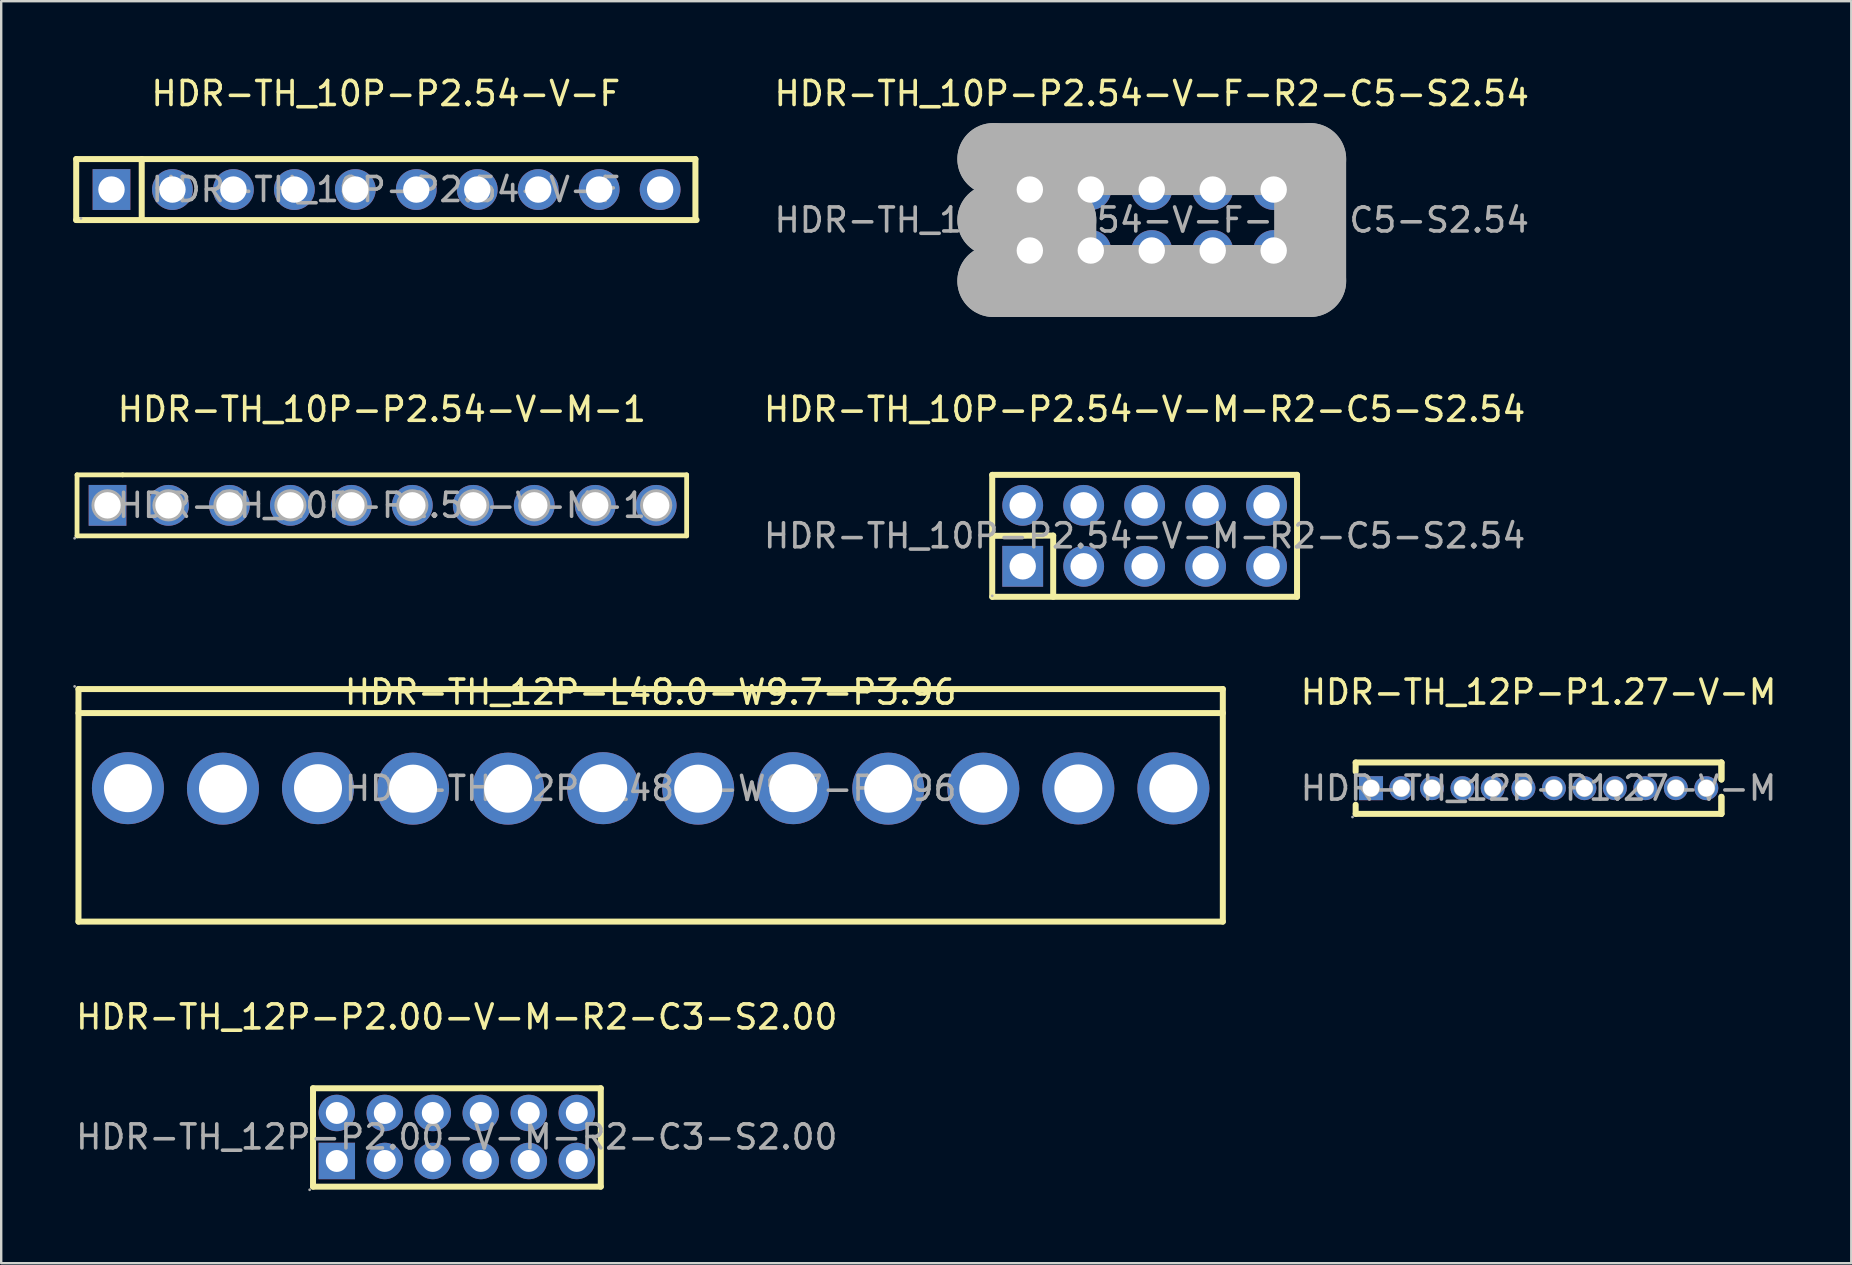
<source format=kicad_pcb>
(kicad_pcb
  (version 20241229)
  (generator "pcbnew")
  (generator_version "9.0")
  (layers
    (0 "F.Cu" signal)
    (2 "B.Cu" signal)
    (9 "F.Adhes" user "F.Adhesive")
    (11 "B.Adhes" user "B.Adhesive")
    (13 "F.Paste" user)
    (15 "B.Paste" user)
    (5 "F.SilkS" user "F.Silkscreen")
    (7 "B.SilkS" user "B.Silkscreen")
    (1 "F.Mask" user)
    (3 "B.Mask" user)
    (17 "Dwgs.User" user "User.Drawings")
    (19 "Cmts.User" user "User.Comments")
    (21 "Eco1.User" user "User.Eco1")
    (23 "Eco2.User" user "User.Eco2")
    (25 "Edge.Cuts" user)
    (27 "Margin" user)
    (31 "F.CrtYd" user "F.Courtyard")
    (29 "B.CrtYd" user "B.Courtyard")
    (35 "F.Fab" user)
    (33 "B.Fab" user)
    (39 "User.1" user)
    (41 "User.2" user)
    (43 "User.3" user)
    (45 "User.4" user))
  (footprint "HDR-TH_10P-P2.54-V-F-R2-C5-S2.54"
    (layer "F.Cu")
    (at 44.939 6.118)
    (property "Reference" "HDR-TH_10P-P2.54-V-F-R2-C5-S2.54" (at 0 -5.27 0) (layer "F.SilkS") (effects (font (size 1 1) (thickness 0.15))))
    (attr through_hole)
    (fp_line (start -6.6 -2.54) (end -6.6 -2.54) (stroke (width 3) (type solid)) (layer "F.Fab"))
    (fp_line (start -6.6 -2.54) (end 6.6 -2.54) (stroke (width 3) (type solid)) (layer "F.Fab"))
    (fp_line (start -6.6 0) (end -6.6 0) (stroke (width 3) (type solid)) (layer "F.Fab"))
    (fp_line (start -6.6 0) (end -3.81 0) (stroke (width 3) (type solid)) (layer "F.Fab"))
    (fp_line (start -3.81 0) (end -3.81 2.54) (stroke (width 3) (type solid)) (layer "F.Fab"))
    (fp_line (start -3.81 2.54) (end -6.6 2.54) (stroke (width 3) (type solid)) (layer "F.Fab"))
    (fp_line (start 6.6 -2.54) (end 6.6 2.54) (stroke (width 3) (type solid)) (layer "F.Fab"))
    (fp_line (start 6.6 2.54) (end -6.6 2.54) (stroke (width 3) (type solid)) (layer "F.Fab"))
    (fp_circle (center -6.55 2.5) (end -6.52 2.5) (stroke (width 0.06) (type solid)) (fill no) (layer "F.Fab"))
    (fp_text user "${REFERENCE}" (at 0 0 0) (layer "F.Fab") (effects (font (size 1 1) (thickness 0.15))))
    (pad "1" thru_hole rect (at -5.08 1.27) (size 1.57 1.7) (drill 1.1) (layers "*.Cu" "*.Paste" "*.Mask"))
    (pad "2" thru_hole circle (at -5.08 -1.27) (size 1.7 1.7) (drill 1.1) (layers "*.Cu" "*.Paste" "*.Mask"))
    (pad "3" thru_hole circle (at -2.54 1.27) (size 1.7 1.7) (drill 1.1) (layers "*.Cu" "*.Paste" "*.Mask"))
    (pad "4" thru_hole circle (at -2.54 -1.27) (size 1.7 1.7) (drill 1.1) (layers "*.Cu" "*.Paste" "*.Mask"))
    (pad "5" thru_hole circle (at 0 1.27) (size 1.7 1.7) (drill 1.1) (layers "*.Cu" "*.Paste" "*.Mask"))
    (pad "6" thru_hole circle (at 0 -1.27) (size 1.7 1.7) (drill 1.1) (layers "*.Cu" "*.Paste" "*.Mask"))
    (pad "7" thru_hole circle (at 2.54 1.27) (size 1.7 1.7) (drill 1.1) (layers "*.Cu" "*.Paste" "*.Mask"))
    (pad "8" thru_hole circle (at 2.54 -1.27) (size 1.7 1.7) (drill 1.1) (layers "*.Cu" "*.Paste" "*.Mask"))
    (pad "9" thru_hole circle (at 5.08 1.27) (size 1.7 1.7) (drill 1.1) (layers "*.Cu" "*.Paste" "*.Mask"))
    (pad "10" thru_hole circle (at 5.08 -1.27) (size 1.7 1.7) (drill 1.1) (layers "*.Cu" "*.Paste" "*.Mask")))
  (footprint "HDR-TH_10P-P2.54-V-F"
    (layer "F.Cu")
    (at 13.025 4.848)
    (property "Reference" "HDR-TH_10P-P2.54-V-F" (at 0 -4 0) (layer "F.SilkS") (effects (font (size 1 1) (thickness 0.15))))
    (attr through_hole)
    (fp_line (start -12.9 -1.27) (end -12.9 1.27) (stroke (width 0.25) (type solid)) (layer "F.SilkS"))
    (fp_line (start -12.9 1.27) (end 12.95 1.27) (stroke (width 0.25) (type solid)) (layer "F.SilkS"))
    (fp_line (start -10.17 -1.27) (end -10.17 1.27) (stroke (width 0.25) (type solid)) (layer "F.SilkS"))
    (fp_line (start 12.9 -1.27) (end -12.9 -1.27) (stroke (width 0.25) (type solid)) (layer "F.SilkS"))
    (fp_line (start 12.9 -1.27) (end 12.9 1.27) (stroke (width 0.25) (type solid)) (layer "F.SilkS"))
    (fp_circle (center -12.7 1.2) (end -12.67 1.2) (stroke (width 0.06) (type solid)) (fill no) (layer "F.Fab"))
    (fp_text user "${REFERENCE}" (at 0 0 0) (layer "F.Fab") (effects (font (size 1 1) (thickness 0.15))))
    (pad "1" thru_hole rect (at -11.43 0) (size 1.57 1.7) (drill 1.1) (layers "*.Cu" "*.Paste" "*.Mask"))
    (pad "2" thru_hole circle (at -8.89 0) (size 1.7 1.7) (drill 1.1) (layers "*.Cu" "*.Paste" "*.Mask"))
    (pad "3" thru_hole circle (at -6.35 0) (size 1.7 1.7) (drill 1.1) (layers "*.Cu" "*.Paste" "*.Mask"))
    (pad "4" thru_hole circle (at -3.81 0) (size 1.7 1.7) (drill 1.1) (layers "*.Cu" "*.Paste" "*.Mask"))
    (pad "5" thru_hole circle (at -1.27 0) (size 1.7 1.7) (drill 1.1) (layers "*.Cu" "*.Paste" "*.Mask"))
    (pad "6" thru_hole circle (at 1.27 0) (size 1.7 1.7) (drill 1.1) (layers "*.Cu" "*.Paste" "*.Mask"))
    (pad "7" thru_hole circle (at 3.81 0) (size 1.7 1.7) (drill 1.1) (layers "*.Cu" "*.Paste" "*.Mask"))
    (pad "8" thru_hole circle (at 6.35 0) (size 1.7 1.7) (drill 1.1) (layers "*.Cu" "*.Paste" "*.Mask"))
    (pad "9" thru_hole circle (at 8.89 0) (size 1.7 1.7) (drill 1.1) (layers "*.Cu" "*.Paste" "*.Mask"))
    (pad "10" thru_hole circle (at 11.43 0) (size 1.7 1.7) (drill 1.1) (layers "*.Cu" "*.Paste" "*.Mask")))
  (footprint "HDR-TH_12P-P2.00-V-M-R2-C3-S2.00"
    (layer "F.Cu")
    (at 15.982 44.323)
    (property "Reference" "HDR-TH_12P-P2.00-V-M-R2-C3-S2.00" (at 0 -5 0) (layer "F.SilkS") (effects (font (size 1 1) (thickness 0.15))))
    (attr through_hole)
    (fp_line (start -5.99 -2.03) (end -5.99 2.07) (stroke (width 0.25) (type solid)) (layer "F.SilkS"))
    (fp_line (start -5.99 -2.03) (end 6 -2.03) (stroke (width 0.25) (type solid)) (layer "F.SilkS"))
    (fp_line (start -5.99 2.07) (end 6 2.07) (stroke (width 0.25) (type solid)) (layer "F.SilkS"))
    (fp_line (start 6 -2.03) (end 6 2.07) (stroke (width 0.25) (type solid)) (layer "F.SilkS"))
    (fp_circle (center -6.13 2.2) (end -6.1 2.2) (stroke (width 0.06) (type solid)) (fill no) (layer "F.Fab"))
    (fp_circle (center -5 -1) (end -4.82 -1) (stroke (width 0.36) (type solid)) (fill no) (layer "F.Fab"))
    (fp_circle (center -5 1) (end -4.82 1) (stroke (width 0.36) (type solid)) (fill no) (layer "F.Fab"))
    (fp_circle (center -3 -1) (end -2.82 -1) (stroke (width 0.36) (type solid)) (fill no) (layer "F.Fab"))
    (fp_circle (center -3 1) (end -2.82 1) (stroke (width 0.36) (type solid)) (fill no) (layer "F.Fab"))
    (fp_circle (center -1 -1) (end -0.82 -1) (stroke (width 0.36) (type solid)) (fill no) (layer "F.Fab"))
    (fp_circle (center -1 1) (end -0.82 1) (stroke (width 0.36) (type solid)) (fill no) (layer "F.Fab"))
    (fp_circle (center 1 -1) (end 1.18 -1) (stroke (width 0.36) (type solid)) (fill no) (layer "F.Fab"))
    (fp_circle (center 1 1) (end 1.18 1) (stroke (width 0.36) (type solid)) (fill no) (layer "F.Fab"))
    (fp_circle (center 3 -1) (end 3.18 -1) (stroke (width 0.36) (type solid)) (fill no) (layer "F.Fab"))
    (fp_circle (center 3 1) (end 3.18 1) (stroke (width 0.36) (type solid)) (fill no) (layer "F.Fab"))
    (fp_circle (center 5 -1) (end 5.18 -1) (stroke (width 0.36) (type solid)) (fill no) (layer "F.Fab"))
    (fp_circle (center 5 1) (end 5.18 1) (stroke (width 0.36) (type solid)) (fill no) (layer "F.Fab"))
    (fp_text user "${REFERENCE}" (at 0 0 0) (layer "F.Fab") (effects (font (size 1 1) (thickness 0.15))))
    (pad "1" thru_hole rect (at -5 1) (size 1.52 1.52) (drill 0.914) (layers "*.Cu" "*.Paste" "*.Mask"))
    (pad "2" thru_hole circle (at -5 -1) (size 1.52 1.52) (drill 0.914) (layers "*.Cu" "*.Paste" "*.Mask"))
    (pad "3" thru_hole circle (at -3 1) (size 1.52 1.52) (drill 0.914) (layers "*.Cu" "*.Paste" "*.Mask"))
    (pad "4" thru_hole circle (at -3 -1) (size 1.52 1.52) (drill 0.914) (layers "*.Cu" "*.Paste" "*.Mask"))
    (pad "5" thru_hole circle (at -1 1) (size 1.52 1.52) (drill 0.914) (layers "*.Cu" "*.Paste" "*.Mask"))
    (pad "6" thru_hole circle (at -1 -1) (size 1.52 1.52) (drill 0.914) (layers "*.Cu" "*.Paste" "*.Mask"))
    (pad "7" thru_hole circle (at 1 1) (size 1.52 1.52) (drill 0.914) (layers "*.Cu" "*.Paste" "*.Mask"))
    (pad "8" thru_hole circle (at 1 -1) (size 1.52 1.52) (drill 0.914) (layers "*.Cu" "*.Paste" "*.Mask"))
    (pad "9" thru_hole circle (at 3 1) (size 1.52 1.52) (drill 0.914) (layers "*.Cu" "*.Paste" "*.Mask"))
    (pad "10" thru_hole circle (at 3 -1) (size 1.52 1.52) (drill 0.914) (layers "*.Cu" "*.Paste" "*.Mask"))
    (pad "11" thru_hole circle (at 5 1) (size 1.52 1.52) (drill 0.914) (layers "*.Cu" "*.Paste" "*.Mask"))
    (pad "12" thru_hole circle (at 5 -1) (size 1.52 1.52) (drill 0.914) (layers "*.Cu" "*.Paste" "*.Mask")))
  (footprint "HDR-TH_10P-P2.54-V-M-R2-C5-S2.54"
    (layer "F.Cu")
    (at 44.642 19.276)
    (property "Reference" "HDR-TH_10P-P2.54-V-M-R2-C5-S2.54" (at 0 -5.27 0) (layer "F.SilkS") (effects (font (size 1 1) (thickness 0.15))))
    (attr through_hole)
    (fp_line (start -6.35 -2.54) (end -6.35 2.54) (stroke (width 0.25) (type solid)) (layer "F.SilkS"))
    (fp_line (start -6.35 -2.54) (end 6.35 -2.54) (stroke (width 0.25) (type solid)) (layer "F.SilkS"))
    (fp_line (start -6.35 0) (end -3.81 -0.01) (stroke (width 0.25) (type solid)) (layer "F.SilkS"))
    (fp_line (start -6.35 2.54) (end 6.35 2.54) (stroke (width 0.25) (type solid)) (layer "F.SilkS"))
    (fp_line (start -3.81 -0.01) (end -3.81 2.54) (stroke (width 0.25) (type solid)) (layer "F.SilkS"))
    (fp_line (start 6.35 -2.54) (end 6.35 2.54) (stroke (width 0.25) (type solid)) (layer "F.SilkS"))
    (fp_circle (center -6.35 2.5) (end -6.32 2.5) (stroke (width 0.06) (type solid)) (fill no) (layer "F.Fab"))
    (fp_text user "${REFERENCE}" (at 0 0 0) (layer "F.Fab") (effects (font (size 1 1) (thickness 0.15))))
    (pad "1" thru_hole rect (at -5.08 1.27) (size 1.7 1.7) (drill 1.1) (layers "*.Cu" "*.Paste" "*.Mask"))
    (pad "2" thru_hole circle (at -5.08 -1.27) (size 1.7 1.7) (drill 1.1) (layers "*.Cu" "*.Paste" "*.Mask"))
    (pad "3" thru_hole circle (at -2.54 1.27) (size 1.7 1.7) (drill 1.1) (layers "*.Cu" "*.Paste" "*.Mask"))
    (pad "4" thru_hole circle (at -2.54 -1.27) (size 1.7 1.7) (drill 1.1) (layers "*.Cu" "*.Paste" "*.Mask"))
    (pad "5" thru_hole circle (at 0 1.27) (size 1.7 1.7) (drill 1.1) (layers "*.Cu" "*.Paste" "*.Mask"))
    (pad "6" thru_hole circle (at 0 -1.27) (size 1.7 1.7) (drill 1.1) (layers "*.Cu" "*.Paste" "*.Mask"))
    (pad "7" thru_hole circle (at 2.54 1.27) (size 1.7 1.7) (drill 1.1) (layers "*.Cu" "*.Paste" "*.Mask"))
    (pad "8" thru_hole circle (at 2.54 -1.27) (size 1.7 1.7) (drill 1.1) (layers "*.Cu" "*.Paste" "*.Mask"))
    (pad "9" thru_hole circle (at 5.08 1.27) (size 1.7 1.7) (drill 1.1) (layers "*.Cu" "*.Paste" "*.Mask"))
    (pad "10" thru_hole circle (at 5.08 -1.27) (size 1.7 1.7) (drill 1.1) (layers "*.Cu" "*.Paste" "*.Mask")))
  (footprint "HDR-TH_12P-P1.27-V-M"
    (layer "F.Cu")
    (at 61.055 29.79)
    (property "Reference" "HDR-TH_12P-P1.27-V-M" (at 0 -4 0) (layer "F.SilkS") (effects (font (size 1 1) (thickness 0.15))))
    (attr through_hole)
    (fp_line (start -7.62 -1.07) (end 7.62 -1.07) (stroke (width 0.25) (type solid)) (layer "F.SilkS"))
    (fp_line (start -7.62 -0.69) (end -7.62 -1.07) (stroke (width 0.25) (type solid)) (layer "F.SilkS"))
    (fp_line (start -7.62 1.07) (end -7.62 0.69) (stroke (width 0.25) (type solid)) (layer "F.SilkS"))
    (fp_line (start -7.62 1.07) (end 7.62 1.07) (stroke (width 0.25) (type solid)) (layer "F.SilkS"))
    (fp_line (start 7.62 -1.07) (end 7.62 -0.36) (stroke (width 0.25) (type solid)) (layer "F.SilkS"))
    (fp_line (start 7.62 -1.07) (end 7.62 -0.36) (stroke (width 0.25) (type solid)) (layer "F.SilkS"))
    (fp_line (start 7.62 0.36) (end 7.62 1.07) (stroke (width 0.25) (type solid)) (layer "F.SilkS"))
    (fp_line (start 7.62 0.36) (end 7.62 1.07) (stroke (width 0.25) (type solid)) (layer "F.SilkS"))
    (fp_circle (center -7.75 1.2) (end -7.72 1.2) (stroke (width 0.06) (type solid)) (fill no) (layer "F.Fab"))
    (fp_circle (center -6.98 0) (end -6.86 0) (stroke (width 0.25) (type solid)) (fill no) (layer "F.Fab"))
    (fp_circle (center -5.72 0) (end -5.6 0) (stroke (width 0.25) (type solid)) (fill no) (layer "F.Fab"))
    (fp_circle (center -4.44 0) (end -4.32 0) (stroke (width 0.25) (type solid)) (fill no) (layer "F.Fab"))
    (fp_circle (center -3.17 0) (end -3.05 0) (stroke (width 0.25) (type solid)) (fill no) (layer "F.Fab"))
    (fp_circle (center -1.91 0) (end -1.79 0) (stroke (width 0.25) (type solid)) (fill no) (layer "F.Fab"))
    (fp_circle (center -0.63 0) (end -0.51 0) (stroke (width 0.25) (type solid)) (fill no) (layer "F.Fab"))
    (fp_circle (center 0.64 0) (end 0.76 0) (stroke (width 0.25) (type solid)) (fill no) (layer "F.Fab"))
    (fp_circle (center 1.91 0) (end 2.03 0) (stroke (width 0.25) (type solid)) (fill no) (layer "F.Fab"))
    (fp_circle (center 3.18 0) (end 3.3 0) (stroke (width 0.25) (type solid)) (fill no) (layer "F.Fab"))
    (fp_circle (center 4.45 0) (end 4.57 0) (stroke (width 0.25) (type solid)) (fill no) (layer "F.Fab"))
    (fp_circle (center 5.72 0) (end 5.84 0) (stroke (width 0.25) (type solid)) (fill no) (layer "F.Fab"))
    (fp_circle (center 6.99 0) (end 7.11 0) (stroke (width 0.25) (type solid)) (fill no) (layer "F.Fab"))
    (fp_text user "${REFERENCE}" (at 0 0 0) (layer "F.Fab") (effects (font (size 1 1) (thickness 0.15))))
    (pad "1" thru_hole rect (at -6.98 0) (size 1 1) (drill 0.7) (layers "*.Cu" "*.Paste" "*.Mask"))
    (pad "2" thru_hole circle (at -5.72 0) (size 1 1) (drill 0.7) (layers "*.Cu" "*.Paste" "*.Mask"))
    (pad "3" thru_hole circle (at -4.44 0) (size 1 1) (drill 0.7) (layers "*.Cu" "*.Paste" "*.Mask"))
    (pad "4" thru_hole circle (at -3.17 0) (size 1 1) (drill 0.7) (layers "*.Cu" "*.Paste" "*.Mask"))
    (pad "5" thru_hole circle (at -1.91 0) (size 1 1) (drill 0.7) (layers "*.Cu" "*.Paste" "*.Mask"))
    (pad "6" thru_hole circle (at -0.63 0) (size 1 1) (drill 0.7) (layers "*.Cu" "*.Paste" "*.Mask"))
    (pad "7" thru_hole circle (at 0.64 0) (size 1 1) (drill 0.7) (layers "*.Cu" "*.Paste" "*.Mask"))
    (pad "8" thru_hole circle (at 1.91 0) (size 1 1) (drill 0.7) (layers "*.Cu" "*.Paste" "*.Mask"))
    (pad "9" thru_hole circle (at 3.18 0) (size 1 1) (drill 0.7) (layers "*.Cu" "*.Paste" "*.Mask"))
    (pad "10" thru_hole circle (at 4.45 0) (size 1 1) (drill 0.7) (layers "*.Cu" "*.Paste" "*.Mask"))
    (pad "11" thru_hole circle (at 5.72 0) (size 1 1) (drill 0.7) (layers "*.Cu" "*.Paste" "*.Mask"))
    (pad "12" thru_hole circle (at 6.99 0) (size 1 1) (drill 0.7) (layers "*.Cu" "*.Paste" "*.Mask")))
  (footprint "HDR-TH_12P-L48.0-W9.7-P3.96"
    (layer "F.Cu")
    (at 24.06 29.8)
    (property "Reference" "HDR-TH_12P-L48.0-W9.7-P3.96" (at 0 -4.01 0) (layer "F.SilkS") (effects (font (size 1 1) (thickness 0.15))))
    (attr through_hole)
    (fp_line (start -23.84 -4.14) (end -23.84 5.55) (stroke (width 0.25) (type solid)) (layer "F.SilkS"))
    (fp_line (start -23.84 -4.14) (end 23.84 -4.14) (stroke (width 0.25) (type solid)) (layer "F.SilkS"))
    (fp_line (start -23.84 -3.14) (end 23.84 -3.14) (stroke (width 0.25) (type solid)) (layer "F.SilkS"))
    (fp_line (start -23.84 5.55) (end 23.84 5.55) (stroke (width 0.25) (type solid)) (layer "F.SilkS"))
    (fp_line (start 23.84 -4.14) (end 23.84 5.55) (stroke (width 0.25) (type solid)) (layer "F.SilkS"))
    (fp_circle (center -24 -4.25) (end -23.97 -4.25) (stroke (width 0.06) (type solid)) (fill no) (layer "F.Fab"))
    (fp_text user "${REFERENCE}" (at 0 0 0) (layer "F.Fab") (effects (font (size 1 1) (thickness 0.15))))
    (pad "1" thru_hole circle (at -21.78 -0.01) (size 3 3) (drill 2) (layers "*.Cu" "*.Paste" "*.Mask"))
    (pad "2" thru_hole circle (at -17.82 0.01) (size 3 3) (drill 2) (layers "*.Cu" "*.Paste" "*.Mask"))
    (pad "3" thru_hole circle (at -13.86 -0.01) (size 3 3) (drill 2) (layers "*.Cu" "*.Paste" "*.Mask"))
    (pad "4" thru_hole circle (at -9.9 0.01) (size 3 3) (drill 2) (layers "*.Cu" "*.Paste" "*.Mask"))
    (pad "5" thru_hole circle (at -5.94 0.01) (size 3 3) (drill 2) (layers "*.Cu" "*.Paste" "*.Mask"))
    (pad "6" thru_hole circle (at -1.98 -0.01) (size 3 3) (drill 2) (layers "*.Cu" "*.Paste" "*.Mask"))
    (pad "7" thru_hole circle (at 1.98 0.01) (size 3 3) (drill 2) (layers "*.Cu" "*.Paste" "*.Mask"))
    (pad "8" thru_hole circle (at 5.94 -0.01) (size 3 3) (drill 2) (layers "*.Cu" "*.Paste" "*.Mask"))
    (pad "9" thru_hole circle (at 9.9 0.01) (size 3 3) (drill 2) (layers "*.Cu" "*.Paste" "*.Mask"))
    (pad "10" thru_hole circle (at 13.86 0.01) (size 3 3) (drill 2) (layers "*.Cu" "*.Paste" "*.Mask"))
    (pad "11" thru_hole circle (at 17.82 0) (size 3 3) (drill 2) (layers "*.Cu" "*.Paste" "*.Mask"))
    (pad "12" thru_hole circle (at 21.78 0) (size 3 3) (drill 2) (layers "*.Cu" "*.Paste" "*.Mask")))
  (footprint "HDR-TH_10P-P2.54-V-M-1"
    (layer "F.Cu")
    (at 12.86 18.006)
    (property "Reference" "HDR-TH_10P-P2.54-V-M-1" (at 0 -4 0) (layer "F.SilkS") (effects (font (size 1 1) (thickness 0.15))))
    (attr through_hole)
    (fp_line (start -12.7 -1.27) (end -12.7 1.27) (stroke (width 0.2) (type solid)) (layer "F.SilkS"))
    (fp_line (start -12.7 1.27) (end 12.7 1.27) (stroke (width 0.2) (type solid)) (layer "F.SilkS"))
    (fp_line (start -10.8 -1.27) (end -12.7 -1.27) (stroke (width 0.2) (type solid)) (layer "F.SilkS"))
    (fp_line (start 12.7 -1.27) (end -10.8 -1.27) (stroke (width 0.2) (type solid)) (layer "F.SilkS"))
    (fp_line (start 12.7 1.27) (end 12.7 -1.27) (stroke (width 0.2) (type solid)) (layer "F.SilkS"))
    (fp_circle (center -12.8 1.37) (end -12.77 1.37) (stroke (width 0.06) (type solid)) (fill no) (layer "F.Fab"))
    (fp_circle (center -11.43 0) (end -11.21 0) (stroke (width 0.45) (type solid)) (fill no) (layer "F.Fab"))
    (fp_circle (center -8.89 0) (end -8.67 0) (stroke (width 0.45) (type solid)) (fill no) (layer "F.Fab"))
    (fp_circle (center -6.35 0) (end -6.13 0) (stroke (width 0.45) (type solid)) (fill no) (layer "F.Fab"))
    (fp_circle (center -3.81 0) (end -3.59 0) (stroke (width 0.45) (type solid)) (fill no) (layer "F.Fab"))
    (fp_circle (center -1.27 0) (end -1.05 0) (stroke (width 0.45) (type solid)) (fill no) (layer "F.Fab"))
    (fp_circle (center 1.27 0) (end 1.49 0) (stroke (width 0.45) (type solid)) (fill no) (layer "F.Fab"))
    (fp_circle (center 3.81 0) (end 4.03 0) (stroke (width 0.45) (type solid)) (fill no) (layer "F.Fab"))
    (fp_circle (center 6.35 0) (end 6.57 0) (stroke (width 0.45) (type solid)) (fill no) (layer "F.Fab"))
    (fp_circle (center 8.89 0) (end 9.11 0) (stroke (width 0.45) (type solid)) (fill no) (layer "F.Fab"))
    (fp_circle (center 11.43 0) (end 11.65 0) (stroke (width 0.45) (type solid)) (fill no) (layer "F.Fab"))
    (fp_text user "${REFERENCE}" (at 0 0 0) (layer "F.Fab") (effects (font (size 1 1) (thickness 0.15))))
    (pad "1" thru_hole rect (at -11.43 0) (size 1.57 1.7) (drill 1.1) (layers "*.Cu" "*.Paste" "*.Mask"))
    (pad "2" thru_hole circle (at -8.89 0) (size 1.7 1.7) (drill 1.1) (layers "*.Cu" "*.Paste" "*.Mask"))
    (pad "3" thru_hole circle (at -6.35 0) (size 1.7 1.7) (drill 1.1) (layers "*.Cu" "*.Paste" "*.Mask"))
    (pad "4" thru_hole circle (at -3.81 0) (size 1.7 1.7) (drill 1.1) (layers "*.Cu" "*.Paste" "*.Mask"))
    (pad "5" thru_hole circle (at -1.27 0) (size 1.7 1.7) (drill 1.1) (layers "*.Cu" "*.Paste" "*.Mask"))
    (pad "6" thru_hole circle (at 1.27 0) (size 1.7 1.7) (drill 1.1) (layers "*.Cu" "*.Paste" "*.Mask"))
    (pad "7" thru_hole circle (at 3.81 0) (size 1.7 1.7) (drill 1.1) (layers "*.Cu" "*.Paste" "*.Mask"))
    (pad "8" thru_hole circle (at 6.35 0) (size 1.7 1.7) (drill 1.1) (layers "*.Cu" "*.Paste" "*.Mask"))
    (pad "9" thru_hole circle (at 8.89 0) (size 1.7 1.7) (drill 1.1) (layers "*.Cu" "*.Paste" "*.Mask"))
    (pad "10" thru_hole circle (at 11.43 0) (size 1.7 1.7) (drill 1.1) (layers "*.Cu" "*.Paste" "*.Mask")))
  (gr_rect
    (start -3 -3)
    (end 74.085 49.583)
    (stroke (width 0.1) (type default))
    (fill no)
    (layer "Edge.Cuts")))
</source>
